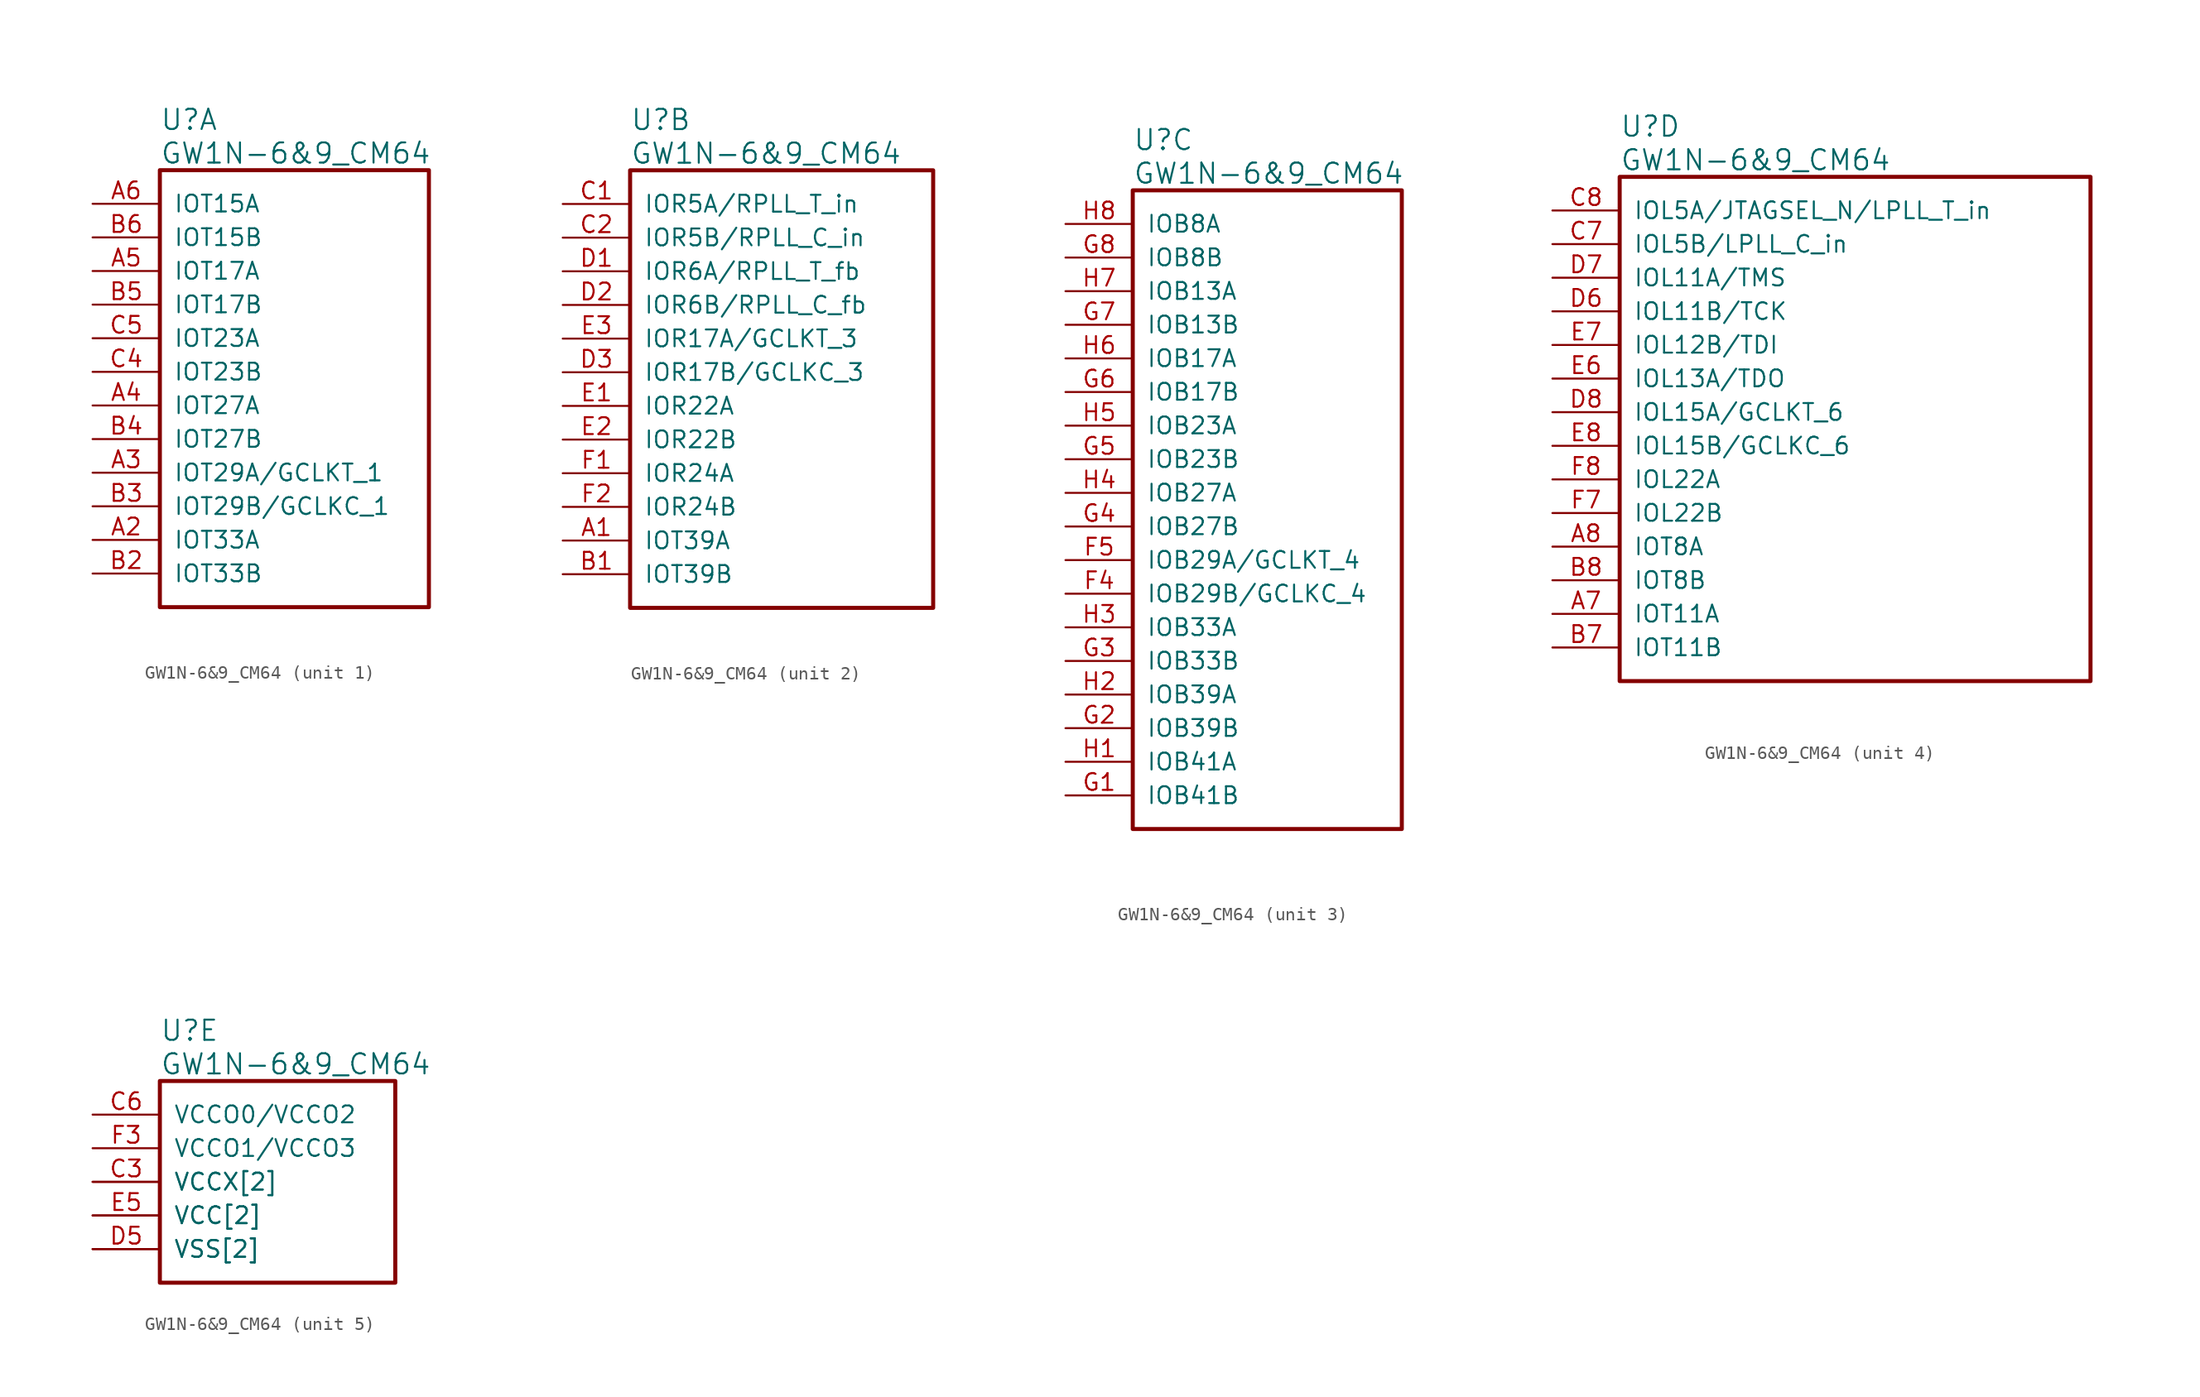
<source format=kicad_sym>
(kicad_symbol_lib
  (version 20211014)
  (generator kicad_symbol_editor)
  (symbol "GW1N-6&9_CM64"
    (pin_names
      (offset 1.016))
    (property "Reference" "U"
      (at 5.08 6.35 0)
      (effects (font (size 1.524 1.524)) (justify left)))
    (property "Value" "GW1N-6&9_CM64"
      (at 5.08 3.81 0)
      (effects (font (size 1.524 1.524)) (justify left)))
    (property "ki_locked" ""
      (at 0 0 0)
      (effects (font (size 1.27 1.27))))
    (symbol "GW1N-6&9_CM64_1_1"
      (rectangle (start 5.08 2.54) (end 25.4 -30.48) (stroke (width 0.305) (type default) (color 0 0 0 0)) (fill (type none)))
      (pin bidirectional line (at 0 -25.4 0) (length 5.08) (name "IOT33A" (effects (font (size 1.27 1.27)))) (number "A2" (effects (font (size 1.27 1.27)))))
      (pin bidirectional line (at 0 -20.32 0) (length 5.08) (name "IOT29A/GCLKT_1" (effects (font (size 1.27 1.27)))) (number "A3" (effects (font (size 1.27 1.27)))))
      (pin bidirectional line (at 0 -15.24 0) (length 5.08) (name "IOT27A" (effects (font (size 1.27 1.27)))) (number "A4" (effects (font (size 1.27 1.27)))))
      (pin bidirectional line (at 0 -5.08 0) (length 5.08) (name "IOT17A" (effects (font (size 1.27 1.27)))) (number "A5" (effects (font (size 1.27 1.27)))))
      (pin bidirectional line (at 0 0 0) (length 5.08) (name "IOT15A" (effects (font (size 1.27 1.27)))) (number "A6" (effects (font (size 1.27 1.27)))))
      (pin bidirectional line (at 0 -27.94 0) (length 5.08) (name "IOT33B" (effects (font (size 1.27 1.27)))) (number "B2" (effects (font (size 1.27 1.27)))))
      (pin bidirectional line (at 0 -22.86 0) (length 5.08) (name "IOT29B/GCLKC_1" (effects (font (size 1.27 1.27)))) (number "B3" (effects (font (size 1.27 1.27)))))
      (pin bidirectional line (at 0 -17.78 0) (length 5.08) (name "IOT27B" (effects (font (size 1.27 1.27)))) (number "B4" (effects (font (size 1.27 1.27)))))
      (pin bidirectional line (at 0 -7.62 0) (length 5.08) (name "IOT17B" (effects (font (size 1.27 1.27)))) (number "B5" (effects (font (size 1.27 1.27)))))
      (pin bidirectional line (at 0 -2.54 0) (length 5.08) (name "IOT15B" (effects (font (size 1.27 1.27)))) (number "B6" (effects (font (size 1.27 1.27)))))
      (pin bidirectional line (at 0 -12.7 0) (length 5.08) (name "IOT23B" (effects (font (size 1.27 1.27)))) (number "C4" (effects (font (size 1.27 1.27)))))
      (pin bidirectional line (at 0 -10.16 0) (length 5.08) (name "IOT23A" (effects (font (size 1.27 1.27)))) (number "C5" (effects (font (size 1.27 1.27))))))
    (symbol "GW1N-6&9_CM64_2_1"
      (rectangle (start 5.08 2.54) (end 27.94 -30.48) (stroke (width 0.305) (type default) (color 0 0 0 0)) (fill (type none)))
      (pin bidirectional line (at 0 -25.4 0) (length 5.08) (name "IOT39A" (effects (font (size 1.27 1.27)))) (number "A1" (effects (font (size 1.27 1.27)))))
      (pin bidirectional line (at 0 -27.94 0) (length 5.08) (name "IOT39B" (effects (font (size 1.27 1.27)))) (number "B1" (effects (font (size 1.27 1.27)))))
      (pin bidirectional line (at 0 0 0) (length 5.08) (name "IOR5A/RPLL_T_in" (effects (font (size 1.27 1.27)))) (number "C1" (effects (font (size 1.27 1.27)))))
      (pin bidirectional line (at 0 -2.54 0) (length 5.08) (name "IOR5B/RPLL_C_in" (effects (font (size 1.27 1.27)))) (number "C2" (effects (font (size 1.27 1.27)))))
      (pin bidirectional line (at 0 -5.08 0) (length 5.08) (name "IOR6A/RPLL_T_fb" (effects (font (size 1.27 1.27)))) (number "D1" (effects (font (size 1.27 1.27)))))
      (pin bidirectional line (at 0 -7.62 0) (length 5.08) (name "IOR6B/RPLL_C_fb" (effects (font (size 1.27 1.27)))) (number "D2" (effects (font (size 1.27 1.27)))))
      (pin bidirectional line (at 0 -12.7 0) (length 5.08) (name "IOR17B/GCLKC_3" (effects (font (size 1.27 1.27)))) (number "D3" (effects (font (size 1.27 1.27)))))
      (pin bidirectional line (at 0 -15.24 0) (length 5.08) (name "IOR22A" (effects (font (size 1.27 1.27)))) (number "E1" (effects (font (size 1.27 1.27)))))
      (pin bidirectional line (at 0 -17.78 0) (length 5.08) (name "IOR22B" (effects (font (size 1.27 1.27)))) (number "E2" (effects (font (size 1.27 1.27)))))
      (pin bidirectional line (at 0 -10.16 0) (length 5.08) (name "IOR17A/GCLKT_3" (effects (font (size 1.27 1.27)))) (number "E3" (effects (font (size 1.27 1.27)))))
      (pin bidirectional line (at 0 -20.32 0) (length 5.08) (name "IOR24A" (effects (font (size 1.27 1.27)))) (number "F1" (effects (font (size 1.27 1.27)))))
      (pin bidirectional line (at 0 -22.86 0) (length 5.08) (name "IOR24B" (effects (font (size 1.27 1.27)))) (number "F2" (effects (font (size 1.27 1.27))))))
    (symbol "GW1N-6&9_CM64_3_1"
      (rectangle (start 5.08 2.54) (end 25.4 -45.72) (stroke (width 0.305) (type default) (color 0 0 0 0)) (fill (type none)))
      (pin bidirectional line (at 0 -27.94 0) (length 5.08) (name "IOB29B/GCLKC_4" (effects (font (size 1.27 1.27)))) (number "F4" (effects (font (size 1.27 1.27)))))
      (pin bidirectional line (at 0 -25.4 0) (length 5.08) (name "IOB29A/GCLKT_4" (effects (font (size 1.27 1.27)))) (number "F5" (effects (font (size 1.27 1.27)))))
      (pin bidirectional line (at 0 -43.18 0) (length 5.08) (name "IOB41B" (effects (font (size 1.27 1.27)))) (number "G1" (effects (font (size 1.27 1.27)))))
      (pin bidirectional line (at 0 -38.1 0) (length 5.08) (name "IOB39B" (effects (font (size 1.27 1.27)))) (number "G2" (effects (font (size 1.27 1.27)))))
      (pin bidirectional line (at 0 -33.02 0) (length 5.08) (name "IOB33B" (effects (font (size 1.27 1.27)))) (number "G3" (effects (font (size 1.27 1.27)))))
      (pin bidirectional line (at 0 -22.86 0) (length 5.08) (name "IOB27B" (effects (font (size 1.27 1.27)))) (number "G4" (effects (font (size 1.27 1.27)))))
      (pin bidirectional line (at 0 -17.78 0) (length 5.08) (name "IOB23B" (effects (font (size 1.27 1.27)))) (number "G5" (effects (font (size 1.27 1.27)))))
      (pin bidirectional line (at 0 -12.7 0) (length 5.08) (name "IOB17B" (effects (font (size 1.27 1.27)))) (number "G6" (effects (font (size 1.27 1.27)))))
      (pin bidirectional line (at 0 -7.62 0) (length 5.08) (name "IOB13B" (effects (font (size 1.27 1.27)))) (number "G7" (effects (font (size 1.27 1.27)))))
      (pin bidirectional line (at 0 -2.54 0) (length 5.08) (name "IOB8B" (effects (font (size 1.27 1.27)))) (number "G8" (effects (font (size 1.27 1.27)))))
      (pin bidirectional line (at 0 -40.64 0) (length 5.08) (name "IOB41A" (effects (font (size 1.27 1.27)))) (number "H1" (effects (font (size 1.27 1.27)))))
      (pin bidirectional line (at 0 -35.56 0) (length 5.08) (name "IOB39A" (effects (font (size 1.27 1.27)))) (number "H2" (effects (font (size 1.27 1.27)))))
      (pin bidirectional line (at 0 -30.48 0) (length 5.08) (name "IOB33A" (effects (font (size 1.27 1.27)))) (number "H3" (effects (font (size 1.27 1.27)))))
      (pin bidirectional line (at 0 -20.32 0) (length 5.08) (name "IOB27A" (effects (font (size 1.27 1.27)))) (number "H4" (effects (font (size 1.27 1.27)))))
      (pin bidirectional line (at 0 -15.24 0) (length 5.08) (name "IOB23A" (effects (font (size 1.27 1.27)))) (number "H5" (effects (font (size 1.27 1.27)))))
      (pin bidirectional line (at 0 -10.16 0) (length 5.08) (name "IOB17A" (effects (font (size 1.27 1.27)))) (number "H6" (effects (font (size 1.27 1.27)))))
      (pin bidirectional line (at 0 -5.08 0) (length 5.08) (name "IOB13A" (effects (font (size 1.27 1.27)))) (number "H7" (effects (font (size 1.27 1.27)))))
      (pin bidirectional line (at 0 0 0) (length 5.08) (name "IOB8A" (effects (font (size 1.27 1.27)))) (number "H8" (effects (font (size 1.27 1.27))))))
    (symbol "GW1N-6&9_CM64_4_1"
      (rectangle (start 5.08 2.54) (end 40.64 -35.56) (stroke (width 0.305) (type default) (color 0 0 0 0)) (fill (type none)))
      (pin bidirectional line (at 0 -30.48 0) (length 5.08) (name "IOT11A" (effects (font (size 1.27 1.27)))) (number "A7" (effects (font (size 1.27 1.27)))))
      (pin bidirectional line (at 0 -25.4 0) (length 5.08) (name "IOT8A" (effects (font (size 1.27 1.27)))) (number "A8" (effects (font (size 1.27 1.27)))))
      (pin bidirectional line (at 0 -33.02 0) (length 5.08) (name "IOT11B" (effects (font (size 1.27 1.27)))) (number "B7" (effects (font (size 1.27 1.27)))))
      (pin bidirectional line (at 0 -27.94 0) (length 5.08) (name "IOT8B" (effects (font (size 1.27 1.27)))) (number "B8" (effects (font (size 1.27 1.27)))))
      (pin bidirectional line (at 0 -2.54 0) (length 5.08) (name "IOL5B/LPLL_C_in" (effects (font (size 1.27 1.27)))) (number "C7" (effects (font (size 1.27 1.27)))))
      (pin bidirectional line (at 0 0 0) (length 5.08) (name "IOL5A/JTAGSEL_N/LPLL_T_in" (effects (font (size 1.27 1.27)))) (number "C8" (effects (font (size 1.27 1.27)))))
      (pin bidirectional line (at 0 -7.62 0) (length 5.08) (name "IOL11B/TCK" (effects (font (size 1.27 1.27)))) (number "D6" (effects (font (size 1.27 1.27)))))
      (pin bidirectional line (at 0 -5.08 0) (length 5.08) (name "IOL11A/TMS" (effects (font (size 1.27 1.27)))) (number "D7" (effects (font (size 1.27 1.27)))))
      (pin bidirectional line (at 0 -15.24 0) (length 5.08) (name "IOL15A/GCLKT_6" (effects (font (size 1.27 1.27)))) (number "D8" (effects (font (size 1.27 1.27)))))
      (pin bidirectional line (at 0 -12.7 0) (length 5.08) (name "IOL13A/TDO" (effects (font (size 1.27 1.27)))) (number "E6" (effects (font (size 1.27 1.27)))))
      (pin bidirectional line (at 0 -10.16 0) (length 5.08) (name "IOL12B/TDI" (effects (font (size 1.27 1.27)))) (number "E7" (effects (font (size 1.27 1.27)))))
      (pin bidirectional line (at 0 -17.78 0) (length 5.08) (name "IOL15B/GCLKC_6" (effects (font (size 1.27 1.27)))) (number "E8" (effects (font (size 1.27 1.27)))))
      (pin bidirectional line (at 0 -22.86 0) (length 5.08) (name "IOL22B" (effects (font (size 1.27 1.27)))) (number "F7" (effects (font (size 1.27 1.27)))))
      (pin bidirectional line (at 0 -20.32 0) (length 5.08) (name "IOL22A" (effects (font (size 1.27 1.27)))) (number "F8" (effects (font (size 1.27 1.27))))))
    (symbol "GW1N-6&9_CM64_5_1"
      (rectangle (start 5.08 2.54) (end 22.86 -12.7) (stroke (width 0.305) (type default) (color 0 0 0 0)) (fill (type none)))
      (pin power_in line (at 0 -5.08 0) (length 5.08) (name "VCCX[2]" (effects (font (size 1.27 1.27)))) (number "C3" (effects (font (size 1.27 1.27)))))
      (pin power_in line (at 0 0 0) (length 5.08) (name "VCCO0/VCCO2" (effects (font (size 1.27 1.27)))) (number "C6" (effects (font (size 1.27 1.27)))))
      (pin power_in line (at 0 -7.62 0) (length 5.08) (name "VCC[2]" (effects (font (size 1.27 1.27)))) (number "D4" (effects (font (size 0 0)))))
      (pin power_in line (at 0 -10.16 0) (length 5.08) (name "VSS[2]" (effects (font (size 1.27 1.27)))) (number "D5" (effects (font (size 1.27 1.27)))))
      (pin power_in line (at 0 -10.16 0) (length 5.08) (name "VSS[2]" (effects (font (size 1.27 1.27)))) (number "E4" (effects (font (size 0 0)))))
      (pin power_in line (at 0 -7.62 0) (length 5.08) (name "VCC[2]" (effects (font (size 1.27 1.27)))) (number "E5" (effects (font (size 1.27 1.27)))))
      (pin power_in line (at 0 -2.54 0) (length 5.08) (name "VCCO1/VCCO3" (effects (font (size 1.27 1.27)))) (number "F3" (effects (font (size 1.27 1.27)))))
      (pin power_in line (at 0 -5.08 0) (length 5.08) (name "VCCX[2]" (effects (font (size 1.27 1.27)))) (number "F6" (effects (font (size 0 0))))))))
</source>
